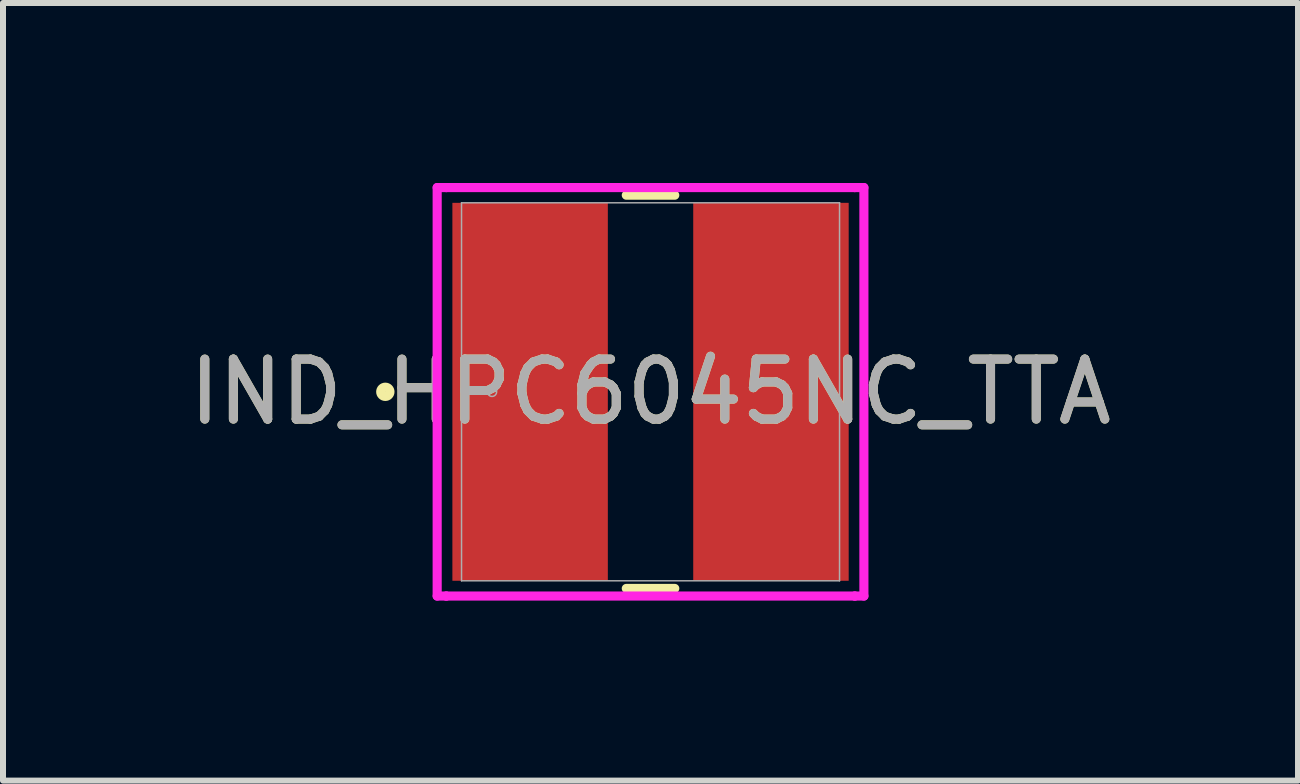
<source format=kicad_pcb>
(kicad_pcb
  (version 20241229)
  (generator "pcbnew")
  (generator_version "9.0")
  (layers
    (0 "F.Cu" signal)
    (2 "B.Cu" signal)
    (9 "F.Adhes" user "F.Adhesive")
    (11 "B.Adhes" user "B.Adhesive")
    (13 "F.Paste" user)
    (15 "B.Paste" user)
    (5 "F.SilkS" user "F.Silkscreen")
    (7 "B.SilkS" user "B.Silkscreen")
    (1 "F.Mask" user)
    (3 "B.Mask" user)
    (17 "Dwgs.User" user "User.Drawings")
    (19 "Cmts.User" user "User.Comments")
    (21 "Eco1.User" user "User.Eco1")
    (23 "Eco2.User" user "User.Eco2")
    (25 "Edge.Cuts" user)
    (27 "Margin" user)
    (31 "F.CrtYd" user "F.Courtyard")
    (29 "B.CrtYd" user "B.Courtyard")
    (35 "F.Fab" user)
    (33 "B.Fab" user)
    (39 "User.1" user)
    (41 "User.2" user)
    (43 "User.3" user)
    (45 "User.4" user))
  (footprint "IND_HPC6045NC_TTA"
    (layer "F.Cu")
    (at 7.792 3.48)
    (property "Reference" "IND_HPC6045NC_TTA" (at 0 0 0) (unlocked yes) (layer "F.SilkS") (effects (font (size 1 1) (thickness 0.15))))
    (attr smd)
    (fp_line (start -0.404 3.277) (end 0.404 3.277) (stroke (width 0.152) (type solid)) (layer "F.SilkS"))
    (fp_line (start 0.404 -3.277) (end -0.404 -3.277) (stroke (width 0.152) (type solid)) (layer "F.SilkS"))
    (fp_circle (center -4.42 0) (end -4.343 0) (stroke (width 0.152) (type solid)) (fill no) (layer "F.SilkS"))
    (fp_line (start -3.556 -3.404) (end -3.404 -3.404) (stroke (width 0.152) (type solid)) (layer "F.CrtYd"))
    (fp_line (start -3.556 3.404) (end -3.556 -3.404) (stroke (width 0.152) (type solid)) (layer "F.CrtYd"))
    (fp_line (start -3.404 -3.404) (end -3.404 -3.404) (stroke (width 0.152) (type solid)) (layer "F.CrtYd"))
    (fp_line (start -3.404 -3.404) (end 3.404 -3.404) (stroke (width 0.152) (type solid)) (layer "F.CrtYd"))
    (fp_line (start -3.404 3.404) (end -3.556 3.404) (stroke (width 0.152) (type solid)) (layer "F.CrtYd"))
    (fp_line (start -3.404 3.404) (end -3.404 3.404) (stroke (width 0.152) (type solid)) (layer "F.CrtYd"))
    (fp_line (start 3.404 -3.404) (end 3.404 -3.404) (stroke (width 0.152) (type solid)) (layer "F.CrtYd"))
    (fp_line (start 3.404 -3.404) (end 3.556 -3.404) (stroke (width 0.152) (type solid)) (layer "F.CrtYd"))
    (fp_line (start 3.404 3.404) (end -3.404 3.404) (stroke (width 0.152) (type solid)) (layer "F.CrtYd"))
    (fp_line (start 3.404 3.404) (end 3.404 3.404) (stroke (width 0.152) (type solid)) (layer "F.CrtYd"))
    (fp_line (start 3.556 -3.404) (end 3.556 3.404) (stroke (width 0.152) (type solid)) (layer "F.CrtYd"))
    (fp_line (start 3.556 3.404) (end 3.404 3.404) (stroke (width 0.152) (type solid)) (layer "F.CrtYd"))
    (fp_line (start -3.15 -3.15) (end -3.15 3.15) (stroke (width 0.025) (type solid)) (layer "F.Fab"))
    (fp_line (start -3.15 3.15) (end 3.15 3.15) (stroke (width 0.025) (type solid)) (layer "F.Fab"))
    (fp_line (start 3.15 -3.15) (end -3.15 -3.15) (stroke (width 0.025) (type solid)) (layer "F.Fab"))
    (fp_line (start 3.15 3.15) (end 3.15 -3.15) (stroke (width 0.025) (type solid)) (layer "F.Fab"))
    (fp_circle (center -2.642 0) (end -2.565 0) (stroke (width 0.025) (type solid)) (fill no) (layer "F.Fab"))
    (fp_text user "${REFERENCE}" (at 0 0 0) (unlocked yes) (layer "F.Fab") (effects (font (size 1 1) (thickness 0.15))))
    (pad "1" smd rect (at -2.007 0 90) (size 6.299 2.591) (layers "F.Cu" "F.Mask" "F.Paste"))
    (pad "2" smd rect (at 2.007 0 90) (size 6.299 2.591) (layers "F.Cu" "F.Mask" "F.Paste"))
    (zone (net_name "") (layer "F.Cu") (hatch full 0.508) (connect_pads) (min_thickness 0.254) (filled_areas_thickness no) (keepout (tracks not_allowed) (vias not_allowed) (pads allowed) (copperpour not_allowed) (footprints allowed)) (placement (enabled no)) (fill) (polygon (pts (xy 4.693 0.381) (xy 10.89 0.381) (xy 10.89 0.279) (xy 4.693 0.279))))
    (zone (net_name "") (layer "F.Cu") (hatch full 0.508) (connect_pads) (min_thickness 0.254) (filled_areas_thickness no) (keepout (tracks not_allowed) (vias not_allowed) (pads allowed) (copperpour not_allowed) (footprints allowed)) (placement (enabled no)) (fill) (polygon (pts (xy 4.693 6.68) (xy 10.89 6.68) (xy 10.89 6.579) (xy 4.693 6.579))))
    (zone (net_name "") (layer "F.Cu") (hatch full 0.508) (connect_pads) (min_thickness 0.254) (filled_areas_thickness no) (keepout (tracks not_allowed) (vias not_allowed) (pads allowed) (copperpour not_allowed) (footprints allowed)) (placement (enabled no)) (fill) (polygon (pts (xy 7.131 0.279) (xy 8.452 0.279) (xy 8.452 6.68) (xy 7.131 6.68)))))
  (gr_rect
    (start -3 -3)
    (end 18.583 9.96)
    (stroke (width 0.1) (type default))
    (fill no)
    (layer "Edge.Cuts")))
</source>
